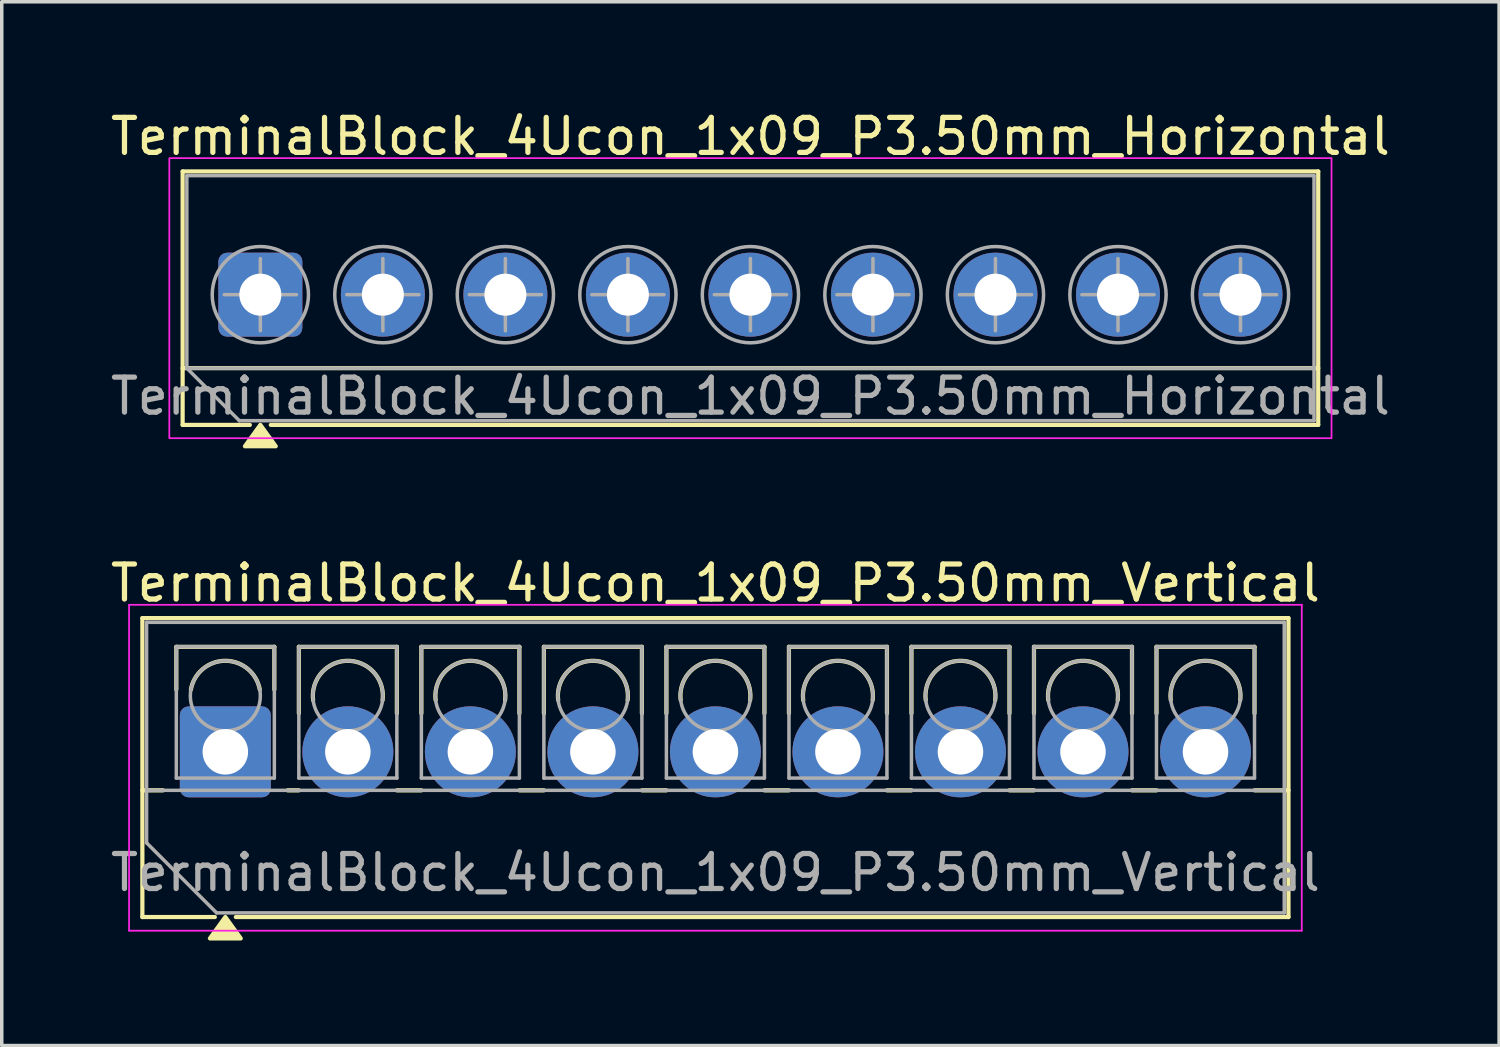
<source format=kicad_pcb>
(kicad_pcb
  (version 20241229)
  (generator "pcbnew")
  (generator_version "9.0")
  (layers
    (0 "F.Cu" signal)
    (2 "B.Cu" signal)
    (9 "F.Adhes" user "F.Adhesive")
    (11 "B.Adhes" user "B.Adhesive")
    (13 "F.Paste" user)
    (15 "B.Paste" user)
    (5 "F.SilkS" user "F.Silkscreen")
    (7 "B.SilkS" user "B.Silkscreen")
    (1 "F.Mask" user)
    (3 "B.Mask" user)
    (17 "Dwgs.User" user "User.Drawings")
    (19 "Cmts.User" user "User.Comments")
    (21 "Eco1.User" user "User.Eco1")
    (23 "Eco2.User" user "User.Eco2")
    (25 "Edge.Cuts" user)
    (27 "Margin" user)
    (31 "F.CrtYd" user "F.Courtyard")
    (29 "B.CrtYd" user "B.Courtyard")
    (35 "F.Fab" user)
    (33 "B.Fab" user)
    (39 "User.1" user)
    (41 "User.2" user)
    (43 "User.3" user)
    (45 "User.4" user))
  (footprint "TerminalBlock_4Ucon_1x09_P3.50mm_Vertical"
    (layer "F.Cu")
    (at 3.387 18.427)
    (property "Reference" "TerminalBlock_4Ucon_1x09_P3.50mm_Vertical" (at 14 -4.82 0) (layer "F.SilkS") (effects (font (size 1 1) (thickness 0.15))))
    (attr through_hole)
    (fp_line (start -2.37 -3.82) (end -2.37 4.72) (stroke (width 0.12) (type solid)) (layer "F.SilkS"))
    (fp_line (start -2.37 -3.82) (end 30.37 -3.82) (stroke (width 0.12) (type solid)) (layer "F.SilkS"))
    (fp_line (start -2.37 1.1) (end -1.78 1.1) (stroke (width 0.12) (type solid)) (layer "F.SilkS"))
    (fp_line (start -2.37 4.72) (end -0.3 4.72) (stroke (width 0.12) (type solid)) (layer "F.SilkS"))
    (fp_line (start -1.4 -3) (end -1.4 -1.78) (stroke (width 0.12) (type solid)) (layer "F.SilkS"))
    (fp_line (start -1.4 -3) (end 1.4 -3) (stroke (width 0.12) (type solid)) (layer "F.SilkS"))
    (fp_line (start 0.3 4.72) (end 30.37 4.72) (stroke (width 0.12) (type solid)) (layer "F.SilkS"))
    (fp_line (start 1.4 -3) (end 1.4 -1.78) (stroke (width 0.12) (type solid)) (layer "F.SilkS"))
    (fp_line (start 1.78 1.1) (end 2.101 1.1) (stroke (width 0.12) (type solid)) (layer "F.SilkS"))
    (fp_line (start 2.1 -3) (end 2.1 -1.099) (stroke (width 0.12) (type solid)) (layer "F.SilkS"))
    (fp_line (start 2.1 -3) (end 4.9 -3) (stroke (width 0.12) (type solid)) (layer "F.SilkS"))
    (fp_line (start 4.899 1.1) (end 5.601 1.1) (stroke (width 0.12) (type solid)) (layer "F.SilkS"))
    (fp_line (start 4.9 -3) (end 4.9 -1.099) (stroke (width 0.12) (type solid)) (layer "F.SilkS"))
    (fp_line (start 5.6 -3) (end 5.6 -1.099) (stroke (width 0.12) (type solid)) (layer "F.SilkS"))
    (fp_line (start 5.6 -3) (end 8.4 -3) (stroke (width 0.12) (type solid)) (layer "F.SilkS"))
    (fp_line (start 8.399 1.1) (end 9.101 1.1) (stroke (width 0.12) (type solid)) (layer "F.SilkS"))
    (fp_line (start 8.4 -3) (end 8.4 -1.099) (stroke (width 0.12) (type solid)) (layer "F.SilkS"))
    (fp_line (start 9.1 -3) (end 9.1 -1.099) (stroke (width 0.12) (type solid)) (layer "F.SilkS"))
    (fp_line (start 9.1 -3) (end 11.9 -3) (stroke (width 0.12) (type solid)) (layer "F.SilkS"))
    (fp_line (start 11.899 1.1) (end 12.601 1.1) (stroke (width 0.12) (type solid)) (layer "F.SilkS"))
    (fp_line (start 11.9 -3) (end 11.9 -1.099) (stroke (width 0.12) (type solid)) (layer "F.SilkS"))
    (fp_line (start 12.6 -3) (end 12.6 -1.099) (stroke (width 0.12) (type solid)) (layer "F.SilkS"))
    (fp_line (start 12.6 -3) (end 15.4 -3) (stroke (width 0.12) (type solid)) (layer "F.SilkS"))
    (fp_line (start 15.399 1.1) (end 16.101 1.1) (stroke (width 0.12) (type solid)) (layer "F.SilkS"))
    (fp_line (start 15.4 -3) (end 15.4 -1.099) (stroke (width 0.12) (type solid)) (layer "F.SilkS"))
    (fp_line (start 16.1 -3) (end 16.1 -1.099) (stroke (width 0.12) (type solid)) (layer "F.SilkS"))
    (fp_line (start 16.1 -3) (end 18.9 -3) (stroke (width 0.12) (type solid)) (layer "F.SilkS"))
    (fp_line (start 18.899 1.1) (end 19.601 1.1) (stroke (width 0.12) (type solid)) (layer "F.SilkS"))
    (fp_line (start 18.9 -3) (end 18.9 -1.099) (stroke (width 0.12) (type solid)) (layer "F.SilkS"))
    (fp_line (start 19.6 -3) (end 19.6 -1.099) (stroke (width 0.12) (type solid)) (layer "F.SilkS"))
    (fp_line (start 19.6 -3) (end 22.4 -3) (stroke (width 0.12) (type solid)) (layer "F.SilkS"))
    (fp_line (start 22.399 1.1) (end 23.101 1.1) (stroke (width 0.12) (type solid)) (layer "F.SilkS"))
    (fp_line (start 22.4 -3) (end 22.4 -1.099) (stroke (width 0.12) (type solid)) (layer "F.SilkS"))
    (fp_line (start 23.1 -3) (end 23.1 -1.099) (stroke (width 0.12) (type solid)) (layer "F.SilkS"))
    (fp_line (start 23.1 -3) (end 25.9 -3) (stroke (width 0.12) (type solid)) (layer "F.SilkS"))
    (fp_line (start 25.899 1.1) (end 26.601 1.1) (stroke (width 0.12) (type solid)) (layer "F.SilkS"))
    (fp_line (start 25.9 -3) (end 25.9 -1.099) (stroke (width 0.12) (type solid)) (layer "F.SilkS"))
    (fp_line (start 26.6 -3) (end 26.6 -1.099) (stroke (width 0.12) (type solid)) (layer "F.SilkS"))
    (fp_line (start 26.6 -3) (end 29.4 -3) (stroke (width 0.12) (type solid)) (layer "F.SilkS"))
    (fp_line (start 29.399 1.1) (end 30.37 1.1) (stroke (width 0.12) (type solid)) (layer "F.SilkS"))
    (fp_line (start 29.4 -3) (end 29.4 -1.099) (stroke (width 0.12) (type solid)) (layer "F.SilkS"))
    (fp_line (start 30.37 -3.82) (end 30.37 4.72) (stroke (width 0.12) (type solid)) (layer "F.SilkS"))
    (fp_arc (start -0.984 -1.78) (mid -0.00006 -2.600328) (end 0.983978 -1.780118) (stroke (width 0.12) (type solid)) (layer "F.SilkS"))
    (fp_arc (start 2.508 -1.478) (mid 3.500313 -2.599474) (end 4.491923 -1.477379) (stroke (width 0.12) (type solid)) (layer "F.SilkS"))
    (fp_arc (start 6.008 -1.478) (mid 7.000313 -2.599474) (end 7.991923 -1.477379) (stroke (width 0.12) (type solid)) (layer "F.SilkS"))
    (fp_arc (start 9.508 -1.478) (mid 10.500313 -2.599474) (end 11.491923 -1.477379) (stroke (width 0.12) (type solid)) (layer "F.SilkS"))
    (fp_arc (start 13.008 -1.478) (mid 14.000313 -2.599474) (end 14.991923 -1.477379) (stroke (width 0.12) (type solid)) (layer "F.SilkS"))
    (fp_arc (start 16.508 -1.478) (mid 17.500313 -2.599474) (end 18.491923 -1.477379) (stroke (width 0.12) (type solid)) (layer "F.SilkS"))
    (fp_arc (start 20.008 -1.478) (mid 21.000313 -2.599474) (end 21.991923 -1.477379) (stroke (width 0.12) (type solid)) (layer "F.SilkS"))
    (fp_arc (start 23.508 -1.478) (mid 24.500313 -2.599474) (end 25.491923 -1.477379) (stroke (width 0.12) (type solid)) (layer "F.SilkS"))
    (fp_arc (start 27.008 -1.478) (mid 28.000313 -2.599474) (end 28.991923 -1.477379) (stroke (width 0.12) (type solid)) (layer "F.SilkS"))
    (fp_poly (pts (xy 0 4.72) (xy 0.44 5.33) (xy -0.44 5.33)) (stroke (width 0.12) (type solid)) (fill yes) (layer "F.SilkS"))
    (fp_line (start -2.75 -4.2) (end -2.75 5.11) (stroke (width 0.05) (type solid)) (layer "F.CrtYd"))
    (fp_line (start -2.75 5.11) (end 30.75 5.11) (stroke (width 0.05) (type solid)) (layer "F.CrtYd"))
    (fp_line (start 30.75 -4.2) (end -2.75 -4.2) (stroke (width 0.05) (type solid)) (layer "F.CrtYd"))
    (fp_line (start 30.75 5.11) (end 30.75 -4.2) (stroke (width 0.05) (type solid)) (layer "F.CrtYd"))
    (fp_line (start -2.25 -3.7) (end 30.25 -3.7) (stroke (width 0.1) (type solid)) (layer "F.Fab"))
    (fp_line (start -2.25 1.1) (end 30.25 1.1) (stroke (width 0.1) (type solid)) (layer "F.Fab"))
    (fp_line (start -2.25 2.6) (end -2.25 -3.7) (stroke (width 0.1) (type solid)) (layer "F.Fab"))
    (fp_line (start -1.4 -3) (end -1.4 0.75) (stroke (width 0.1) (type solid)) (layer "F.Fab"))
    (fp_line (start -1.4 0.75) (end 1.4 0.75) (stroke (width 0.1) (type solid)) (layer "F.Fab"))
    (fp_line (start -0.25 4.6) (end -2.25 2.6) (stroke (width 0.1) (type solid)) (layer "F.Fab"))
    (fp_line (start 1.4 -3) (end -1.4 -3) (stroke (width 0.1) (type solid)) (layer "F.Fab"))
    (fp_line (start 1.4 0.75) (end 1.4 -3) (stroke (width 0.1) (type solid)) (layer "F.Fab"))
    (fp_line (start 2.1 -3) (end 2.1 0.75) (stroke (width 0.1) (type solid)) (layer "F.Fab"))
    (fp_line (start 2.1 0.75) (end 4.9 0.75) (stroke (width 0.1) (type solid)) (layer "F.Fab"))
    (fp_line (start 4.9 -3) (end 2.1 -3) (stroke (width 0.1) (type solid)) (layer "F.Fab"))
    (fp_line (start 4.9 0.75) (end 4.9 -3) (stroke (width 0.1) (type solid)) (layer "F.Fab"))
    (fp_line (start 5.6 -3) (end 5.6 0.75) (stroke (width 0.1) (type solid)) (layer "F.Fab"))
    (fp_line (start 5.6 0.75) (end 8.4 0.75) (stroke (width 0.1) (type solid)) (layer "F.Fab"))
    (fp_line (start 8.4 -3) (end 5.6 -3) (stroke (width 0.1) (type solid)) (layer "F.Fab"))
    (fp_line (start 8.4 0.75) (end 8.4 -3) (stroke (width 0.1) (type solid)) (layer "F.Fab"))
    (fp_line (start 9.1 -3) (end 9.1 0.75) (stroke (width 0.1) (type solid)) (layer "F.Fab"))
    (fp_line (start 9.1 0.75) (end 11.9 0.75) (stroke (width 0.1) (type solid)) (layer "F.Fab"))
    (fp_line (start 11.9 -3) (end 9.1 -3) (stroke (width 0.1) (type solid)) (layer "F.Fab"))
    (fp_line (start 11.9 0.75) (end 11.9 -3) (stroke (width 0.1) (type solid)) (layer "F.Fab"))
    (fp_line (start 12.6 -3) (end 12.6 0.75) (stroke (width 0.1) (type solid)) (layer "F.Fab"))
    (fp_line (start 12.6 0.75) (end 15.4 0.75) (stroke (width 0.1) (type solid)) (layer "F.Fab"))
    (fp_line (start 15.4 -3) (end 12.6 -3) (stroke (width 0.1) (type solid)) (layer "F.Fab"))
    (fp_line (start 15.4 0.75) (end 15.4 -3) (stroke (width 0.1) (type solid)) (layer "F.Fab"))
    (fp_line (start 16.101 -3) (end 16.101 0.75) (stroke (width 0.1) (type solid)) (layer "F.Fab"))
    (fp_line (start 16.101 0.75) (end 18.9 0.75) (stroke (width 0.1) (type solid)) (layer "F.Fab"))
    (fp_line (start 18.9 -3) (end 16.101 -3) (stroke (width 0.1) (type solid)) (layer "F.Fab"))
    (fp_line (start 18.9 0.75) (end 18.9 -3) (stroke (width 0.1) (type solid)) (layer "F.Fab"))
    (fp_line (start 19.6 -3) (end 19.6 0.75) (stroke (width 0.1) (type solid)) (layer "F.Fab"))
    (fp_line (start 19.6 0.75) (end 22.4 0.75) (stroke (width 0.1) (type solid)) (layer "F.Fab"))
    (fp_line (start 22.4 -3) (end 19.6 -3) (stroke (width 0.1) (type solid)) (layer "F.Fab"))
    (fp_line (start 22.4 0.75) (end 22.4 -3) (stroke (width 0.1) (type solid)) (layer "F.Fab"))
    (fp_line (start 23.1 -3) (end 23.1 0.75) (stroke (width 0.1) (type solid)) (layer "F.Fab"))
    (fp_line (start 23.1 0.75) (end 25.9 0.75) (stroke (width 0.1) (type solid)) (layer "F.Fab"))
    (fp_line (start 25.9 -3) (end 23.1 -3) (stroke (width 0.1) (type solid)) (layer "F.Fab"))
    (fp_line (start 25.9 0.75) (end 25.9 -3) (stroke (width 0.1) (type solid)) (layer "F.Fab"))
    (fp_line (start 26.6 -3) (end 26.6 0.75) (stroke (width 0.1) (type solid)) (layer "F.Fab"))
    (fp_line (start 26.6 0.75) (end 29.4 0.75) (stroke (width 0.1) (type solid)) (layer "F.Fab"))
    (fp_line (start 29.4 -3) (end 26.6 -3) (stroke (width 0.1) (type solid)) (layer "F.Fab"))
    (fp_line (start 29.4 0.75) (end 29.4 -3) (stroke (width 0.1) (type solid)) (layer "F.Fab"))
    (fp_line (start 30.25 -3.7) (end 30.25 4.6) (stroke (width 0.1) (type solid)) (layer "F.Fab"))
    (fp_line (start 30.25 4.6) (end -0.25 4.6) (stroke (width 0.1) (type solid)) (layer "F.Fab"))
    (fp_circle (center 0 -1.6) (end 1 -1.6) (stroke (width 0.1) (type solid)) (fill no) (layer "F.Fab"))
    (fp_circle (center 3.5 -1.6) (end 4.5 -1.6) (stroke (width 0.1) (type solid)) (fill no) (layer "F.Fab"))
    (fp_circle (center 7 -1.6) (end 8 -1.6) (stroke (width 0.1) (type solid)) (fill no) (layer "F.Fab"))
    (fp_circle (center 10.5 -1.6) (end 11.5 -1.6) (stroke (width 0.1) (type solid)) (fill no) (layer "F.Fab"))
    (fp_circle (center 14 -1.6) (end 15 -1.6) (stroke (width 0.1) (type solid)) (fill no) (layer "F.Fab"))
    (fp_circle (center 17.5 -1.6) (end 18.5 -1.6) (stroke (width 0.1) (type solid)) (fill no) (layer "F.Fab"))
    (fp_circle (center 21 -1.6) (end 22 -1.6) (stroke (width 0.1) (type solid)) (fill no) (layer "F.Fab"))
    (fp_circle (center 24.5 -1.6) (end 25.5 -1.6) (stroke (width 0.1) (type solid)) (fill no) (layer "F.Fab"))
    (fp_circle (center 28 -1.6) (end 29 -1.6) (stroke (width 0.1) (type solid)) (fill no) (layer "F.Fab"))
    (fp_text user "${REFERENCE}" (at 14 3.45 0) (layer "F.Fab") (effects (font (size 1 1) (thickness 0.15))))
    (pad "1" thru_hole roundrect (at 0 0) (size 2.6 2.6) (drill 1.3) (layers "*.Cu" "*.Mask") (roundrect_rratio 0.096))
    (pad "2" thru_hole circle (at 3.5 0) (size 2.6 2.6) (drill 1.3) (layers "*.Cu" "*.Mask"))
    (pad "3" thru_hole circle (at 7 0) (size 2.6 2.6) (drill 1.3) (layers "*.Cu" "*.Mask"))
    (pad "4" thru_hole circle (at 10.5 0) (size 2.6 2.6) (drill 1.3) (layers "*.Cu" "*.Mask"))
    (pad "5" thru_hole circle (at 14 0) (size 2.6 2.6) (drill 1.3) (layers "*.Cu" "*.Mask"))
    (pad "6" thru_hole circle (at 17.5 0) (size 2.6 2.6) (drill 1.3) (layers "*.Cu" "*.Mask"))
    (pad "7" thru_hole circle (at 21 0) (size 2.6 2.6) (drill 1.3) (layers "*.Cu" "*.Mask"))
    (pad "8" thru_hole circle (at 24.5 0) (size 2.6 2.6) (drill 1.3) (layers "*.Cu" "*.Mask"))
    (pad "9" thru_hole circle (at 28 0) (size 2.6 2.6) (drill 1.3) (layers "*.Cu" "*.Mask")))
  (footprint "TerminalBlock_4Ucon_1x09_P3.50mm_Horizontal"
    (layer "F.Cu")
    (at 4.387 5.368)
    (property "Reference" "TerminalBlock_4Ucon_1x09_P3.50mm_Horizontal" (at 14 -4.52 0) (layer "F.SilkS") (effects (font (size 1 1) (thickness 0.15))))
    (attr through_hole)
    (fp_line (start -2.22 -3.52) (end 30.22 -3.52) (stroke (width 0.12) (type solid)) (layer "F.SilkS"))
    (fp_line (start -2.22 2.1) (end 30.22 2.1) (stroke (width 0.12) (type solid)) (layer "F.SilkS"))
    (fp_line (start -2.22 3.72) (end -2.22 -3.52) (stroke (width 0.12) (type solid)) (layer "F.SilkS"))
    (fp_line (start -0.3 3.72) (end -2.22 3.72) (stroke (width 0.12) (type solid)) (layer "F.SilkS"))
    (fp_line (start 30.22 -3.52) (end 30.22 3.72) (stroke (width 0.12) (type solid)) (layer "F.SilkS"))
    (fp_line (start 30.22 3.72) (end 0.3 3.72) (stroke (width 0.12) (type solid)) (layer "F.SilkS"))
    (fp_poly (pts (xy 0 3.72) (xy 0.44 4.33) (xy -0.44 4.33)) (stroke (width 0.12) (type solid)) (fill yes) (layer "F.SilkS"))
    (fp_rect (start -2.6 -3.9) (end 30.6 4.1) (stroke (width 0.05) (type solid)) (fill no) (layer "F.CrtYd"))
    (fp_line (start -2.1 -3.4) (end 30.1 -3.4) (stroke (width 0.1) (type solid)) (layer "F.Fab"))
    (fp_line (start -2.1 2.1) (end -2.1 -3.4) (stroke (width 0.1) (type solid)) (layer "F.Fab"))
    (fp_line (start -2.1 2.1) (end 30.1 2.1) (stroke (width 0.1) (type solid)) (layer "F.Fab"))
    (fp_line (start -1.031 0) (end 1.031 0) (stroke (width 0.1) (type solid)) (layer "F.Fab"))
    (fp_line (start -0.6 3.6) (end -2.1 2.1) (stroke (width 0.1) (type solid)) (layer "F.Fab"))
    (fp_line (start 0 -1.031) (end 0 1.031) (stroke (width 0.1) (type solid)) (layer "F.Fab"))
    (fp_line (start 2.469 0) (end 4.531 0) (stroke (width 0.1) (type solid)) (layer "F.Fab"))
    (fp_line (start 3.5 -1.031) (end 3.5 1.031) (stroke (width 0.1) (type solid)) (layer "F.Fab"))
    (fp_line (start 5.969 0) (end 8.031 0) (stroke (width 0.1) (type solid)) (layer "F.Fab"))
    (fp_line (start 7 -1.031) (end 7 1.031) (stroke (width 0.1) (type solid)) (layer "F.Fab"))
    (fp_line (start 9.469 0) (end 11.531 0) (stroke (width 0.1) (type solid)) (layer "F.Fab"))
    (fp_line (start 10.5 -1.031) (end 10.5 1.031) (stroke (width 0.1) (type solid)) (layer "F.Fab"))
    (fp_line (start 12.969 0) (end 15.031 0) (stroke (width 0.1) (type solid)) (layer "F.Fab"))
    (fp_line (start 14 -1.031) (end 14 1.031) (stroke (width 0.1) (type solid)) (layer "F.Fab"))
    (fp_line (start 16.469 0) (end 18.531 0) (stroke (width 0.1) (type solid)) (layer "F.Fab"))
    (fp_line (start 17.5 -1.031) (end 17.5 1.031) (stroke (width 0.1) (type solid)) (layer "F.Fab"))
    (fp_line (start 19.969 0) (end 22.031 0) (stroke (width 0.1) (type solid)) (layer "F.Fab"))
    (fp_line (start 21 -1.031) (end 21 1.031) (stroke (width 0.1) (type solid)) (layer "F.Fab"))
    (fp_line (start 23.469 0) (end 25.531 0) (stroke (width 0.1) (type solid)) (layer "F.Fab"))
    (fp_line (start 24.5 -1.031) (end 24.5 1.031) (stroke (width 0.1) (type solid)) (layer "F.Fab"))
    (fp_line (start 26.969 0) (end 29.031 0) (stroke (width 0.1) (type solid)) (layer "F.Fab"))
    (fp_line (start 28 -1.031) (end 28 1.031) (stroke (width 0.1) (type solid)) (layer "F.Fab"))
    (fp_line (start 30.1 -3.4) (end 30.1 3.6) (stroke (width 0.1) (type solid)) (layer "F.Fab"))
    (fp_line (start 30.1 3.6) (end -0.6 3.6) (stroke (width 0.1) (type solid)) (layer "F.Fab"))
    (fp_circle (center 0 0) (end 1.375 0) (stroke (width 0.1) (type solid)) (fill no) (layer "F.Fab"))
    (fp_circle (center 3.5 0) (end 4.875 0) (stroke (width 0.1) (type solid)) (fill no) (layer "F.Fab"))
    (fp_circle (center 7 0) (end 8.375 0) (stroke (width 0.1) (type solid)) (fill no) (layer "F.Fab"))
    (fp_circle (center 10.5 0) (end 11.875 0) (stroke (width 0.1) (type solid)) (fill no) (layer "F.Fab"))
    (fp_circle (center 14 0) (end 15.375 0) (stroke (width 0.1) (type solid)) (fill no) (layer "F.Fab"))
    (fp_circle (center 17.5 0) (end 18.875 0) (stroke (width 0.1) (type solid)) (fill no) (layer "F.Fab"))
    (fp_circle (center 21 0) (end 22.375 0) (stroke (width 0.1) (type solid)) (fill no) (layer "F.Fab"))
    (fp_circle (center 24.5 0) (end 25.875 0) (stroke (width 0.1) (type solid)) (fill no) (layer "F.Fab"))
    (fp_circle (center 28 0) (end 29.375 0) (stroke (width 0.1) (type solid)) (fill no) (layer "F.Fab"))
    (fp_text user "${REFERENCE}" (at 14 2.9 0) (layer "F.Fab") (effects (font (size 1 1) (thickness 0.15))))
    (pad "1" thru_hole roundrect (at 0 0) (size 2.4 2.4) (drill 1.2) (layers "*.Cu" "*.Mask") (roundrect_rratio 0.104))
    (pad "2" thru_hole circle (at 3.5 0) (size 2.4 2.4) (drill 1.2) (layers "*.Cu" "*.Mask"))
    (pad "3" thru_hole circle (at 7 0) (size 2.4 2.4) (drill 1.2) (layers "*.Cu" "*.Mask"))
    (pad "4" thru_hole circle (at 10.5 0) (size 2.4 2.4) (drill 1.2) (layers "*.Cu" "*.Mask"))
    (pad "5" thru_hole circle (at 14 0) (size 2.4 2.4) (drill 1.2) (layers "*.Cu" "*.Mask"))
    (pad "6" thru_hole circle (at 17.5 0) (size 2.4 2.4) (drill 1.2) (layers "*.Cu" "*.Mask"))
    (pad "7" thru_hole circle (at 21 0) (size 2.4 2.4) (drill 1.2) (layers "*.Cu" "*.Mask"))
    (pad "8" thru_hole circle (at 24.5 0) (size 2.4 2.4) (drill 1.2) (layers "*.Cu" "*.Mask"))
    (pad "9" thru_hole circle (at 28 0) (size 2.4 2.4) (drill 1.2) (layers "*.Cu" "*.Mask")))
  (gr_rect
    (start -3 -3)
    (end 39.774 26.817)
    (stroke (width 0.1) (type default))
    (fill no)
    (layer "Edge.Cuts")))
</source>
